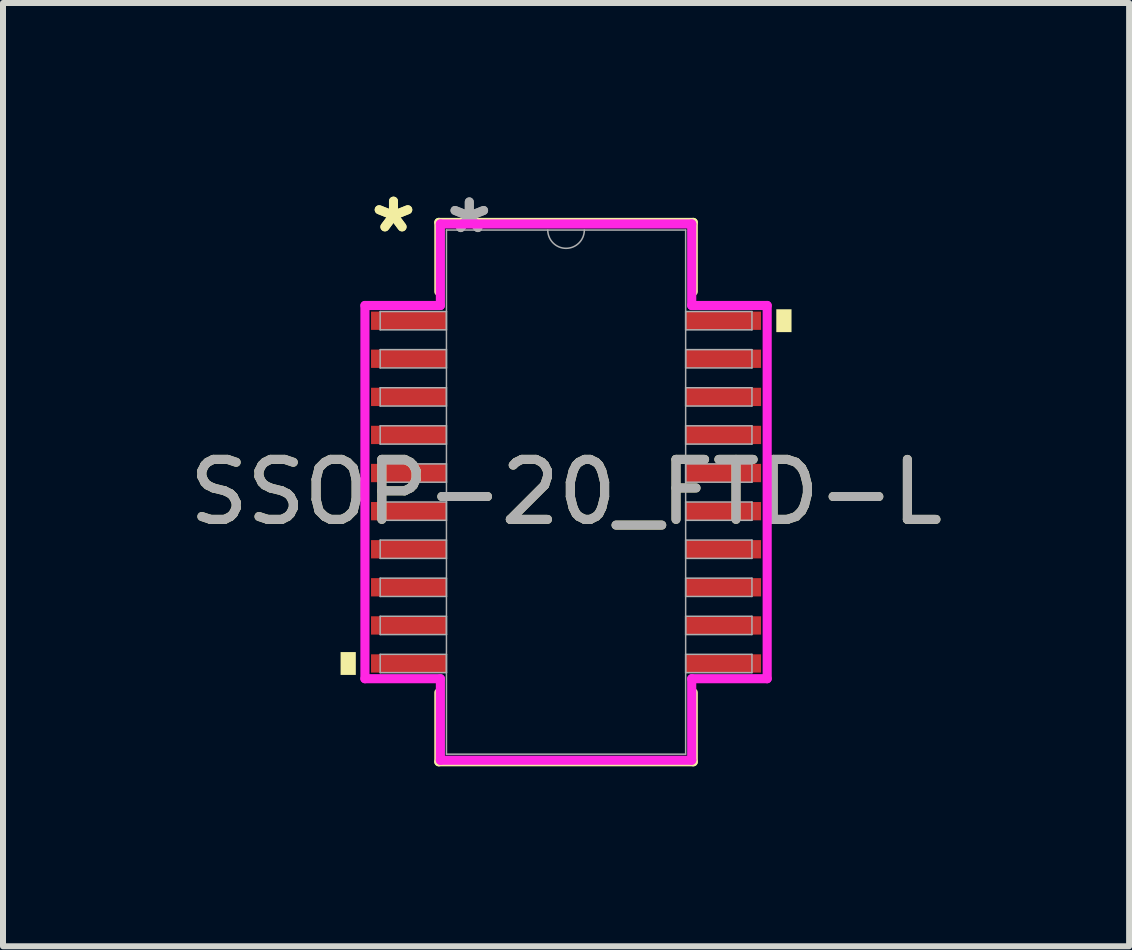
<source format=kicad_pcb>
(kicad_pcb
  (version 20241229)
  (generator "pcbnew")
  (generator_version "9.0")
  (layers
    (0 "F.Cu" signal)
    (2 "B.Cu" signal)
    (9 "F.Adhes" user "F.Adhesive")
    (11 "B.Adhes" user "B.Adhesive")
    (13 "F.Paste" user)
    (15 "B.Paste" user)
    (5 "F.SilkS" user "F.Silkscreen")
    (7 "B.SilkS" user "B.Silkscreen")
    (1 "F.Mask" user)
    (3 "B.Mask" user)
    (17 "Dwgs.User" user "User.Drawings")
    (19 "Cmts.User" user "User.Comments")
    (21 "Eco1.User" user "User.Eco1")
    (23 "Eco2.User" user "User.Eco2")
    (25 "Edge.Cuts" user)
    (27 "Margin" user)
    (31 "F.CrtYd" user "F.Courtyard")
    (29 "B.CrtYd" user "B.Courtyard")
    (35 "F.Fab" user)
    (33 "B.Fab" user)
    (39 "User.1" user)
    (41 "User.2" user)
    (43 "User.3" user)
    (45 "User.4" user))
  (footprint "SSOP-20_FTD-L"
    (layer "F.Cu")
    (at 6.387 5.154)
    (property "Reference" "SSOP-20_FTD-L" (at 0 0 0) (unlocked yes) (layer "F.SilkS") (effects (font (size 1 1) (thickness 0.15))))
    (attr smd)
    (fp_line (start -2.121 -4.496) (end -2.121 -3.343) (stroke (width 0.152) (type solid)) (layer "F.SilkS"))
    (fp_line (start -2.121 3.343) (end -2.121 4.496) (stroke (width 0.152) (type solid)) (layer "F.SilkS"))
    (fp_line (start -2.121 4.496) (end 2.121 4.496) (stroke (width 0.152) (type solid)) (layer "F.SilkS"))
    (fp_line (start 2.121 -4.496) (end -2.121 -4.496) (stroke (width 0.152) (type solid)) (layer "F.SilkS"))
    (fp_line (start 2.121 -3.343) (end 2.121 -4.496) (stroke (width 0.152) (type solid)) (layer "F.SilkS"))
    (fp_line (start 2.121 4.496) (end 2.121 3.343) (stroke (width 0.152) (type solid)) (layer "F.SilkS"))
    (fp_poly (pts (xy -3.759 2.667) (xy -3.759 3.048) (xy -3.505 3.048) (xy -3.505 2.667)) (stroke (width 0) (type solid)) (fill yes) (layer "F.SilkS"))
    (fp_poly (pts (xy 3.759 -3.048) (xy 3.759 -2.667) (xy 3.505 -2.667) (xy 3.505 -3.048)) (stroke (width 0) (type solid)) (fill yes) (layer "F.SilkS"))
    (fp_line (start -3.353 -3.111) (end -2.095 -3.111) (stroke (width 0.152) (type solid)) (layer "F.CrtYd"))
    (fp_line (start -3.353 3.111) (end -3.353 -3.111) (stroke (width 0.152) (type solid)) (layer "F.CrtYd"))
    (fp_line (start -3.353 3.111) (end -2.095 3.111) (stroke (width 0.152) (type solid)) (layer "F.CrtYd"))
    (fp_line (start -2.095 -4.47) (end 2.095 -4.47) (stroke (width 0.152) (type solid)) (layer "F.CrtYd"))
    (fp_line (start -2.095 -3.111) (end -2.095 -4.47) (stroke (width 0.152) (type solid)) (layer "F.CrtYd"))
    (fp_line (start -2.095 4.47) (end -2.095 3.111) (stroke (width 0.152) (type solid)) (layer "F.CrtYd"))
    (fp_line (start 2.095 -4.47) (end 2.095 -3.111) (stroke (width 0.152) (type solid)) (layer "F.CrtYd"))
    (fp_line (start 2.095 3.111) (end 2.095 4.47) (stroke (width 0.152) (type solid)) (layer "F.CrtYd"))
    (fp_line (start 2.095 4.47) (end -2.095 4.47) (stroke (width 0.152) (type solid)) (layer "F.CrtYd"))
    (fp_line (start 3.353 -3.111) (end 2.095 -3.111) (stroke (width 0.152) (type solid)) (layer "F.CrtYd"))
    (fp_line (start 3.353 -3.111) (end 3.353 3.111) (stroke (width 0.152) (type solid)) (layer "F.CrtYd"))
    (fp_line (start 3.353 3.111) (end 2.095 3.111) (stroke (width 0.152) (type solid)) (layer "F.CrtYd"))
    (fp_line (start -3.099 -3.01) (end -3.099 -2.705) (stroke (width 0.025) (type solid)) (layer "F.Fab"))
    (fp_line (start -3.099 -2.705) (end -1.994 -2.705) (stroke (width 0.025) (type solid)) (layer "F.Fab"))
    (fp_line (start -3.099 -2.375) (end -3.099 -2.07) (stroke (width 0.025) (type solid)) (layer "F.Fab"))
    (fp_line (start -3.099 -2.07) (end -1.994 -2.07) (stroke (width 0.025) (type solid)) (layer "F.Fab"))
    (fp_line (start -3.099 -1.74) (end -3.099 -1.435) (stroke (width 0.025) (type solid)) (layer "F.Fab"))
    (fp_line (start -3.099 -1.435) (end -1.994 -1.435) (stroke (width 0.025) (type solid)) (layer "F.Fab"))
    (fp_line (start -3.099 -1.105) (end -3.099 -0.8) (stroke (width 0.025) (type solid)) (layer "F.Fab"))
    (fp_line (start -3.099 -0.8) (end -1.994 -0.8) (stroke (width 0.025) (type solid)) (layer "F.Fab"))
    (fp_line (start -3.099 -0.47) (end -3.099 -0.165) (stroke (width 0.025) (type solid)) (layer "F.Fab"))
    (fp_line (start -3.099 -0.165) (end -1.994 -0.165) (stroke (width 0.025) (type solid)) (layer "F.Fab"))
    (fp_line (start -3.099 0.165) (end -3.099 0.47) (stroke (width 0.025) (type solid)) (layer "F.Fab"))
    (fp_line (start -3.099 0.47) (end -1.994 0.47) (stroke (width 0.025) (type solid)) (layer "F.Fab"))
    (fp_line (start -3.099 0.8) (end -3.099 1.105) (stroke (width 0.025) (type solid)) (layer "F.Fab"))
    (fp_line (start -3.099 1.105) (end -1.994 1.105) (stroke (width 0.025) (type solid)) (layer "F.Fab"))
    (fp_line (start -3.099 1.435) (end -3.099 1.74) (stroke (width 0.025) (type solid)) (layer "F.Fab"))
    (fp_line (start -3.099 1.74) (end -1.994 1.74) (stroke (width 0.025) (type solid)) (layer "F.Fab"))
    (fp_line (start -3.099 2.07) (end -3.099 2.375) (stroke (width 0.025) (type solid)) (layer "F.Fab"))
    (fp_line (start -3.099 2.375) (end -1.994 2.375) (stroke (width 0.025) (type solid)) (layer "F.Fab"))
    (fp_line (start -3.099 2.705) (end -3.099 3.01) (stroke (width 0.025) (type solid)) (layer "F.Fab"))
    (fp_line (start -3.099 3.01) (end -1.994 3.01) (stroke (width 0.025) (type solid)) (layer "F.Fab"))
    (fp_line (start -1.994 -4.369) (end -1.994 4.369) (stroke (width 0.025) (type solid)) (layer "F.Fab"))
    (fp_line (start -1.994 -3.01) (end -3.099 -3.01) (stroke (width 0.025) (type solid)) (layer "F.Fab"))
    (fp_line (start -1.994 -2.705) (end -1.994 -3.01) (stroke (width 0.025) (type solid)) (layer "F.Fab"))
    (fp_line (start -1.994 -2.375) (end -3.099 -2.375) (stroke (width 0.025) (type solid)) (layer "F.Fab"))
    (fp_line (start -1.994 -2.07) (end -1.994 -2.375) (stroke (width 0.025) (type solid)) (layer "F.Fab"))
    (fp_line (start -1.994 -1.74) (end -3.099 -1.74) (stroke (width 0.025) (type solid)) (layer "F.Fab"))
    (fp_line (start -1.994 -1.435) (end -1.994 -1.74) (stroke (width 0.025) (type solid)) (layer "F.Fab"))
    (fp_line (start -1.994 -1.105) (end -3.099 -1.105) (stroke (width 0.025) (type solid)) (layer "F.Fab"))
    (fp_line (start -1.994 -0.8) (end -1.994 -1.105) (stroke (width 0.025) (type solid)) (layer "F.Fab"))
    (fp_line (start -1.994 -0.47) (end -3.099 -0.47) (stroke (width 0.025) (type solid)) (layer "F.Fab"))
    (fp_line (start -1.994 -0.165) (end -1.994 -0.47) (stroke (width 0.025) (type solid)) (layer "F.Fab"))
    (fp_line (start -1.994 0.165) (end -3.099 0.165) (stroke (width 0.025) (type solid)) (layer "F.Fab"))
    (fp_line (start -1.994 0.47) (end -1.994 0.165) (stroke (width 0.025) (type solid)) (layer "F.Fab"))
    (fp_line (start -1.994 0.8) (end -3.099 0.8) (stroke (width 0.025) (type solid)) (layer "F.Fab"))
    (fp_line (start -1.994 1.105) (end -1.994 0.8) (stroke (width 0.025) (type solid)) (layer "F.Fab"))
    (fp_line (start -1.994 1.435) (end -3.099 1.435) (stroke (width 0.025) (type solid)) (layer "F.Fab"))
    (fp_line (start -1.994 1.74) (end -1.994 1.435) (stroke (width 0.025) (type solid)) (layer "F.Fab"))
    (fp_line (start -1.994 2.07) (end -3.099 2.07) (stroke (width 0.025) (type solid)) (layer "F.Fab"))
    (fp_line (start -1.994 2.375) (end -1.994 2.07) (stroke (width 0.025) (type solid)) (layer "F.Fab"))
    (fp_line (start -1.994 2.705) (end -3.099 2.705) (stroke (width 0.025) (type solid)) (layer "F.Fab"))
    (fp_line (start -1.994 3.01) (end -1.994 2.705) (stroke (width 0.025) (type solid)) (layer "F.Fab"))
    (fp_line (start -1.994 4.369) (end 1.994 4.369) (stroke (width 0.025) (type solid)) (layer "F.Fab"))
    (fp_line (start 1.994 -4.369) (end -1.994 -4.369) (stroke (width 0.025) (type solid)) (layer "F.Fab"))
    (fp_line (start 1.994 -3.01) (end 1.994 -2.705) (stroke (width 0.025) (type solid)) (layer "F.Fab"))
    (fp_line (start 1.994 -2.705) (end 3.099 -2.705) (stroke (width 0.025) (type solid)) (layer "F.Fab"))
    (fp_line (start 1.994 -2.375) (end 1.994 -2.07) (stroke (width 0.025) (type solid)) (layer "F.Fab"))
    (fp_line (start 1.994 -2.07) (end 3.099 -2.07) (stroke (width 0.025) (type solid)) (layer "F.Fab"))
    (fp_line (start 1.994 -1.74) (end 1.994 -1.435) (stroke (width 0.025) (type solid)) (layer "F.Fab"))
    (fp_line (start 1.994 -1.435) (end 3.099 -1.435) (stroke (width 0.025) (type solid)) (layer "F.Fab"))
    (fp_line (start 1.994 -1.105) (end 1.994 -0.8) (stroke (width 0.025) (type solid)) (layer "F.Fab"))
    (fp_line (start 1.994 -0.8) (end 3.099 -0.8) (stroke (width 0.025) (type solid)) (layer "F.Fab"))
    (fp_line (start 1.994 -0.47) (end 1.994 -0.165) (stroke (width 0.025) (type solid)) (layer "F.Fab"))
    (fp_line (start 1.994 -0.165) (end 3.099 -0.165) (stroke (width 0.025) (type solid)) (layer "F.Fab"))
    (fp_line (start 1.994 0.165) (end 1.994 0.47) (stroke (width 0.025) (type solid)) (layer "F.Fab"))
    (fp_line (start 1.994 0.47) (end 3.099 0.47) (stroke (width 0.025) (type solid)) (layer "F.Fab"))
    (fp_line (start 1.994 0.8) (end 1.994 1.105) (stroke (width 0.025) (type solid)) (layer "F.Fab"))
    (fp_line (start 1.994 1.105) (end 3.099 1.105) (stroke (width 0.025) (type solid)) (layer "F.Fab"))
    (fp_line (start 1.994 1.435) (end 1.994 1.74) (stroke (width 0.025) (type solid)) (layer "F.Fab"))
    (fp_line (start 1.994 1.74) (end 3.099 1.74) (stroke (width 0.025) (type solid)) (layer "F.Fab"))
    (fp_line (start 1.994 2.07) (end 1.994 2.375) (stroke (width 0.025) (type solid)) (layer "F.Fab"))
    (fp_line (start 1.994 2.375) (end 3.099 2.375) (stroke (width 0.025) (type solid)) (layer "F.Fab"))
    (fp_line (start 1.994 2.705) (end 1.994 3.01) (stroke (width 0.025) (type solid)) (layer "F.Fab"))
    (fp_line (start 1.994 3.01) (end 3.099 3.01) (stroke (width 0.025) (type solid)) (layer "F.Fab"))
    (fp_line (start 1.994 4.369) (end 1.994 -4.369) (stroke (width 0.025) (type solid)) (layer "F.Fab"))
    (fp_line (start 3.099 -3.01) (end 1.994 -3.01) (stroke (width 0.025) (type solid)) (layer "F.Fab"))
    (fp_line (start 3.099 -2.705) (end 3.099 -3.01) (stroke (width 0.025) (type solid)) (layer "F.Fab"))
    (fp_line (start 3.099 -2.375) (end 1.994 -2.375) (stroke (width 0.025) (type solid)) (layer "F.Fab"))
    (fp_line (start 3.099 -2.07) (end 3.099 -2.375) (stroke (width 0.025) (type solid)) (layer "F.Fab"))
    (fp_line (start 3.099 -1.74) (end 1.994 -1.74) (stroke (width 0.025) (type solid)) (layer "F.Fab"))
    (fp_line (start 3.099 -1.435) (end 3.099 -1.74) (stroke (width 0.025) (type solid)) (layer "F.Fab"))
    (fp_line (start 3.099 -1.105) (end 1.994 -1.105) (stroke (width 0.025) (type solid)) (layer "F.Fab"))
    (fp_line (start 3.099 -0.8) (end 3.099 -1.105) (stroke (width 0.025) (type solid)) (layer "F.Fab"))
    (fp_line (start 3.099 -0.47) (end 1.994 -0.47) (stroke (width 0.025) (type solid)) (layer "F.Fab"))
    (fp_line (start 3.099 -0.165) (end 3.099 -0.47) (stroke (width 0.025) (type solid)) (layer "F.Fab"))
    (fp_line (start 3.099 0.165) (end 1.994 0.165) (stroke (width 0.025) (type solid)) (layer "F.Fab"))
    (fp_line (start 3.099 0.47) (end 3.099 0.165) (stroke (width 0.025) (type solid)) (layer "F.Fab"))
    (fp_line (start 3.099 0.8) (end 1.994 0.8) (stroke (width 0.025) (type solid)) (layer "F.Fab"))
    (fp_line (start 3.099 1.105) (end 3.099 0.8) (stroke (width 0.025) (type solid)) (layer "F.Fab"))
    (fp_line (start 3.099 1.435) (end 1.994 1.435) (stroke (width 0.025) (type solid)) (layer "F.Fab"))
    (fp_line (start 3.099 1.74) (end 3.099 1.435) (stroke (width 0.025) (type solid)) (layer "F.Fab"))
    (fp_line (start 3.099 2.07) (end 1.994 2.07) (stroke (width 0.025) (type solid)) (layer "F.Fab"))
    (fp_line (start 3.099 2.375) (end 3.099 2.07) (stroke (width 0.025) (type solid)) (layer "F.Fab"))
    (fp_line (start 3.099 2.705) (end 1.994 2.705) (stroke (width 0.025) (type solid)) (layer "F.Fab"))
    (fp_line (start 3.099 3.01) (end 3.099 2.705) (stroke (width 0.025) (type solid)) (layer "F.Fab"))
    (fp_arc (start 0.3048 -4.3688) (mid 0 -4.064) (end -0.3048 -4.3688) (stroke (width 0.0254) (type solid)) (layer "F.Fab"))
    (fp_text user "*" (at -2.877 -4.305 0) (unlocked yes) (layer "F.SilkS") (effects (font (size 1 1) (thickness 0.15))))
    (fp_text user "*" (at -2.877 -4.305 0) (layer "F.SilkS") (effects (font (size 1 1) (thickness 0.15))))
    (fp_text user "${REFERENCE}" (at 0 0 0) (unlocked yes) (layer "F.Fab") (effects (font (size 1 1) (thickness 0.15))))
    (fp_text user "*" (at -1.613 -4.293 0) (unlocked yes) (layer "F.Fab") (effects (font (size 1 1) (thickness 0.15))))
    (fp_text user "*" (at -1.613 -4.293 0) (layer "F.Fab") (effects (font (size 1 1) (thickness 0.15))))
    (pad "1" smd rect (at -2.623 -2.857) (size 1.257 0.305) (layers "F.Cu" "F.Mask" "F.Paste"))
    (pad "2" smd rect (at -2.623 -2.223) (size 1.257 0.305) (layers "F.Cu" "F.Mask" "F.Paste"))
    (pad "3" smd rect (at -2.623 -1.587) (size 1.257 0.305) (layers "F.Cu" "F.Mask" "F.Paste"))
    (pad "4" smd rect (at -2.623 -0.953) (size 1.257 0.305) (layers "F.Cu" "F.Mask" "F.Paste"))
    (pad "5" smd rect (at -2.623 -0.318) (size 1.257 0.305) (layers "F.Cu" "F.Mask" "F.Paste"))
    (pad "6" smd rect (at -2.623 0.318) (size 1.257 0.305) (layers "F.Cu" "F.Mask" "F.Paste"))
    (pad "7" smd rect (at -2.623 0.953) (size 1.257 0.305) (layers "F.Cu" "F.Mask" "F.Paste"))
    (pad "8" smd rect (at -2.623 1.587) (size 1.257 0.305) (layers "F.Cu" "F.Mask" "F.Paste"))
    (pad "9" smd rect (at -2.623 2.223) (size 1.257 0.305) (layers "F.Cu" "F.Mask" "F.Paste"))
    (pad "10" smd rect (at -2.623 2.857) (size 1.257 0.305) (layers "F.Cu" "F.Mask" "F.Paste"))
    (pad "11" smd rect (at 2.623 2.857) (size 1.257 0.305) (layers "F.Cu" "F.Mask" "F.Paste"))
    (pad "12" smd rect (at 2.623 2.223) (size 1.257 0.305) (layers "F.Cu" "F.Mask" "F.Paste"))
    (pad "13" smd rect (at 2.623 1.587) (size 1.257 0.305) (layers "F.Cu" "F.Mask" "F.Paste"))
    (pad "14" smd rect (at 2.623 0.953) (size 1.257 0.305) (layers "F.Cu" "F.Mask" "F.Paste"))
    (pad "15" smd rect (at 2.623 0.318) (size 1.257 0.305) (layers "F.Cu" "F.Mask" "F.Paste"))
    (pad "16" smd rect (at 2.623 -0.318) (size 1.257 0.305) (layers "F.Cu" "F.Mask" "F.Paste"))
    (pad "17" smd rect (at 2.623 -0.953) (size 1.257 0.305) (layers "F.Cu" "F.Mask" "F.Paste"))
    (pad "18" smd rect (at 2.623 -1.587) (size 1.257 0.305) (layers "F.Cu" "F.Mask" "F.Paste"))
    (pad "19" smd rect (at 2.623 -2.223) (size 1.257 0.305) (layers "F.Cu" "F.Mask" "F.Paste"))
    (pad "20" smd rect (at 2.623 -2.857) (size 1.257 0.305) (layers "F.Cu" "F.Mask" "F.Paste")))
  (gr_rect
    (start -3 -3)
    (end 15.774 12.726)
    (stroke (width 0.1) (type default))
    (fill no)
    (layer "Edge.Cuts")))
</source>
